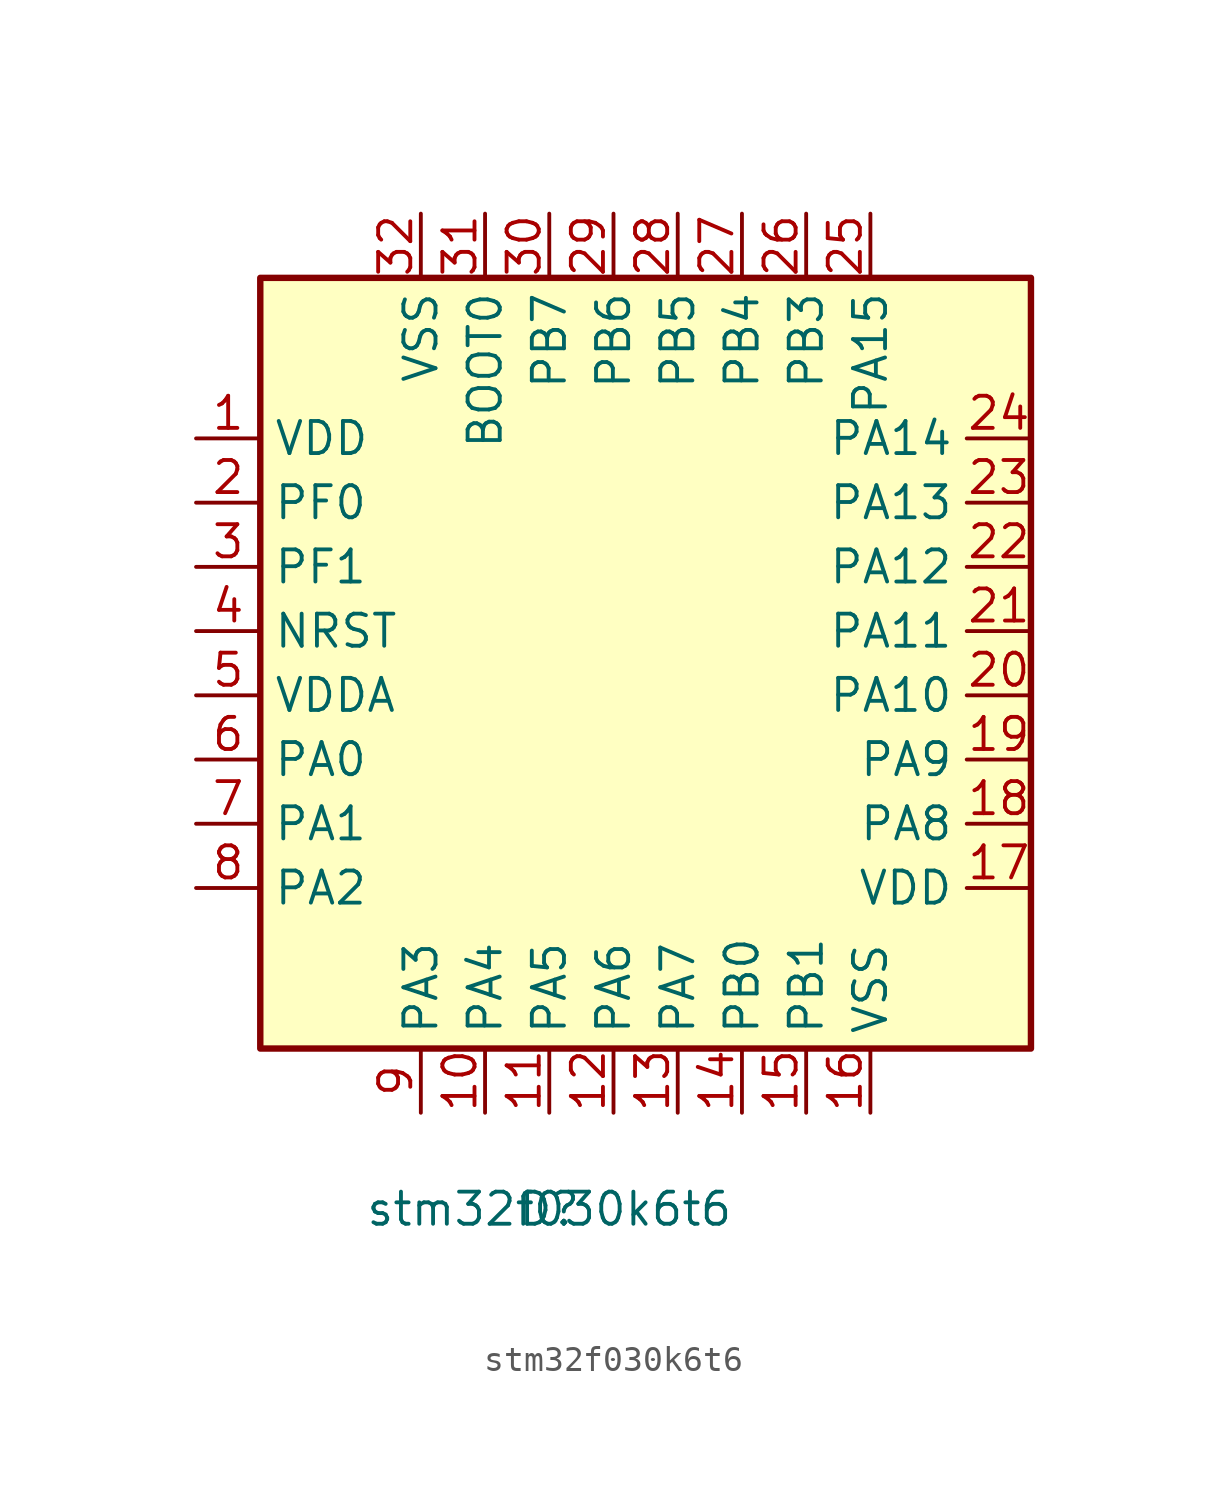
<source format=kicad_sym>
(kicad_symbol_lib
  (version 20211014)
  (generator kicad_symbol_editor)
  (symbol "stm32f030k6t6"
    (property "Reference" "D"
      (at 0 0 0)
      (effects (font (size 1.27 1.27))))
    (property "Value" "stm32f030k6t6"
      (at 0 0 0)
      (effects (font (size 1.27 1.27))))
    (symbol "stm32f030k6t6_0_1"
      (rectangle (start -11.43 36.83) (end 19.05 6.35) (stroke (width 0.254) (type default) (color 0 0 0 0)) (fill (type background))))
    (symbol "stm32f030k6t6_1_1"
      (pin power_in line (at -13.97 30.48 0) (length 2.54) (name "VDD" (effects (font (size 1.27 1.27)))) (number "1" (effects (font (size 1.27 1.27)))))
      (pin bidirectional line (at -2.54 3.81 90) (length 2.54) (name "PA4" (effects (font (size 1.27 1.27)))) (number "10" (effects (font (size 1.27 1.27)))))
      (pin bidirectional line (at 0 3.81 90) (length 2.54) (name "PA5" (effects (font (size 1.27 1.27)))) (number "11" (effects (font (size 1.27 1.27)))))
      (pin bidirectional line (at 2.54 3.81 90) (length 2.54) (name "PA6" (effects (font (size 1.27 1.27)))) (number "12" (effects (font (size 1.27 1.27)))))
      (pin bidirectional line (at 5.08 3.81 90) (length 2.54) (name "PA7" (effects (font (size 1.27 1.27)))) (number "13" (effects (font (size 1.27 1.27)))))
      (pin bidirectional line (at 7.62 3.81 90) (length 2.54) (name "PB0" (effects (font (size 1.27 1.27)))) (number "14" (effects (font (size 1.27 1.27)))))
      (pin bidirectional line (at 10.16 3.81 90) (length 2.54) (name "PB1" (effects (font (size 1.27 1.27)))) (number "15" (effects (font (size 1.27 1.27)))))
      (pin power_in line (at 12.7 3.81 90) (length 2.54) (name "VSS" (effects (font (size 1.27 1.27)))) (number "16" (effects (font (size 1.27 1.27)))))
      (pin power_in line (at 19.05 12.7 180) (length 2.54) (name "VDD" (effects (font (size 1.27 1.27)))) (number "17" (effects (font (size 1.27 1.27)))))
      (pin bidirectional line (at 19.05 15.24 180) (length 2.54) (name "PA8" (effects (font (size 1.27 1.27)))) (number "18" (effects (font (size 1.27 1.27)))))
      (pin bidirectional line (at 19.05 17.78 180) (length 2.54) (name "PA9" (effects (font (size 1.27 1.27)))) (number "19" (effects (font (size 1.27 1.27)))))
      (pin input line (at -13.97 27.94 0) (length 2.54) (name "PF0" (effects (font (size 1.27 1.27)))) (number "2" (effects (font (size 1.27 1.27)))))
      (pin bidirectional line (at 19.05 20.32 180) (length 2.54) (name "PA10" (effects (font (size 1.27 1.27)))) (number "20" (effects (font (size 1.27 1.27)))))
      (pin bidirectional line (at 19.05 22.86 180) (length 2.54) (name "PA11" (effects (font (size 1.27 1.27)))) (number "21" (effects (font (size 1.27 1.27)))))
      (pin bidirectional line (at 19.05 25.4 180) (length 2.54) (name "PA12" (effects (font (size 1.27 1.27)))) (number "22" (effects (font (size 1.27 1.27)))))
      (pin bidirectional line (at 19.05 27.94 180) (length 2.54) (name "PA13" (effects (font (size 1.27 1.27)))) (number "23" (effects (font (size 1.27 1.27)))))
      (pin bidirectional line (at 19.05 30.48 180) (length 2.54) (name "PA14" (effects (font (size 1.27 1.27)))) (number "24" (effects (font (size 1.27 1.27)))))
      (pin bidirectional line (at 12.7 39.37 270) (length 2.54) (name "PA15" (effects (font (size 1.27 1.27)))) (number "25" (effects (font (size 1.27 1.27)))))
      (pin bidirectional line (at 10.16 39.37 270) (length 2.54) (name "PB3" (effects (font (size 1.27 1.27)))) (number "26" (effects (font (size 1.27 1.27)))))
      (pin bidirectional line (at 7.62 39.37 270) (length 2.54) (name "PB4" (effects (font (size 1.27 1.27)))) (number "27" (effects (font (size 1.27 1.27)))))
      (pin bidirectional line (at 5.08 39.37 270) (length 2.54) (name "PB5" (effects (font (size 1.27 1.27)))) (number "28" (effects (font (size 1.27 1.27)))))
      (pin bidirectional line (at 2.54 39.37 270) (length 2.54) (name "PB6" (effects (font (size 1.27 1.27)))) (number "29" (effects (font (size 1.27 1.27)))))
      (pin input line (at -13.97 25.4 0) (length 2.54) (name "PF1" (effects (font (size 1.27 1.27)))) (number "3" (effects (font (size 1.27 1.27)))))
      (pin bidirectional line (at 0 39.37 270) (length 2.54) (name "PB7" (effects (font (size 1.27 1.27)))) (number "30" (effects (font (size 1.27 1.27)))))
      (pin input line (at -2.54 39.37 270) (length 2.54) (name "BOOT0" (effects (font (size 1.27 1.27)))) (number "31" (effects (font (size 1.27 1.27)))))
      (pin power_in line (at -5.08 39.37 270) (length 2.54) (name "VSS" (effects (font (size 1.27 1.27)))) (number "32" (effects (font (size 1.27 1.27)))))
      (pin input line (at -13.97 22.86 0) (length 2.54) (name "NRST" (effects (font (size 1.27 1.27)))) (number "4" (effects (font (size 1.27 1.27)))))
      (pin power_in line (at -13.97 20.32 0) (length 2.54) (name "VDDA" (effects (font (size 1.27 1.27)))) (number "5" (effects (font (size 1.27 1.27)))))
      (pin bidirectional line (at -13.97 17.78 0) (length 2.54) (name "PA0" (effects (font (size 1.27 1.27)))) (number "6" (effects (font (size 1.27 1.27)))))
      (pin bidirectional line (at -13.97 15.24 0) (length 2.54) (name "PA1" (effects (font (size 1.27 1.27)))) (number "7" (effects (font (size 1.27 1.27)))))
      (pin bidirectional line (at -13.97 12.7 0) (length 2.54) (name "PA2" (effects (font (size 1.27 1.27)))) (number "8" (effects (font (size 1.27 1.27)))))
      (pin bidirectional line (at -5.08 3.81 90) (length 2.54) (name "PA3" (effects (font (size 1.27 1.27)))) (number "9" (effects (font (size 1.27 1.27))))))))
</source>
